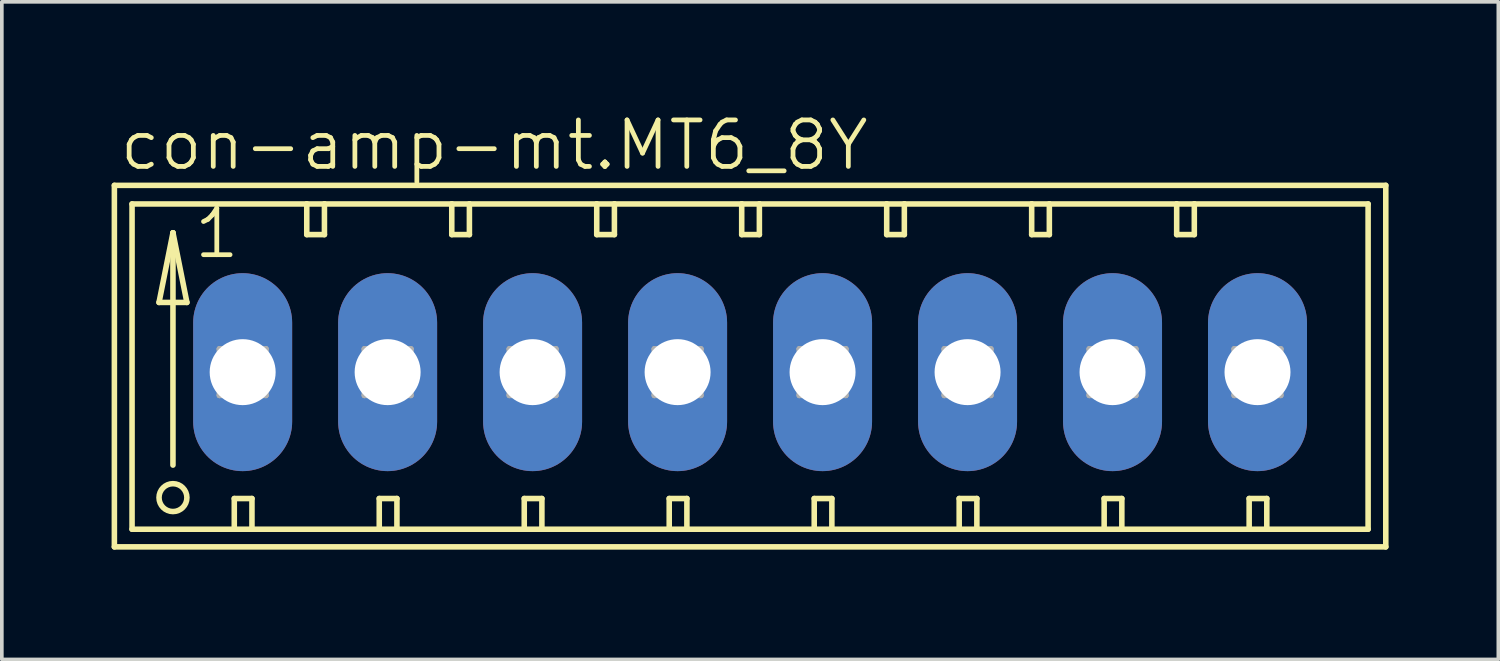
<source format=kicad_pcb>
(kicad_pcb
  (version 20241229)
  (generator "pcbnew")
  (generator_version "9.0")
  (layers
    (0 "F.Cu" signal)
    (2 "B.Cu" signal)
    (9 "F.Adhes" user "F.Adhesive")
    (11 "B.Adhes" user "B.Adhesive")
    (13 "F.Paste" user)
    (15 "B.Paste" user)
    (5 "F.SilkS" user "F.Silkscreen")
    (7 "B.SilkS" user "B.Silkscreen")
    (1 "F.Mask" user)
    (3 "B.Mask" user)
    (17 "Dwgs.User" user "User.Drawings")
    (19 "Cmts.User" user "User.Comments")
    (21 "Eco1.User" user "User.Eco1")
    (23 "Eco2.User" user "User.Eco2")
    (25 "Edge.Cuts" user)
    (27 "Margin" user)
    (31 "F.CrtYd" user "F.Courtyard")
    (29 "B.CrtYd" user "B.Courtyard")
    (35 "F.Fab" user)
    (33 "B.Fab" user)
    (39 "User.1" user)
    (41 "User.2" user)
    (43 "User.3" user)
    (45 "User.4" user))
  (footprint "con-amp-mt.MT6_8Y"
    (layer "F.Cu")
    (at 17.45 7.121)
    (property "Reference" "con-amp-mt.MT6_8Y" (at -17.297 -5.461 0) (layer "F.SilkS") (effects (font (size 1.27 1.27) (thickness 0.13)) (justify left bottom)))
    (attr through_hole)
    (fp_line (start -17.374 -5.105) (end -17.374 4.775) (stroke (width 0.152) (type default)) (layer "F.SilkS"))
    (fp_line (start -17.374 4.775) (end 17.374 4.775) (stroke (width 0.152) (type default)) (layer "F.SilkS"))
    (fp_line (start -16.891 -4.597) (end -16.891 4.293) (stroke (width 0.152) (type default)) (layer "F.SilkS"))
    (fp_line (start -16.891 4.293) (end -14.097 4.293) (stroke (width 0.152) (type default)) (layer "F.SilkS"))
    (fp_line (start -16.154 -1.905) (end -15.392 -1.905) (stroke (width 0.152) (type default)) (layer "F.SilkS"))
    (fp_line (start -15.773 -3.81) (end -16.154 -1.905) (stroke (width 0.152) (type default)) (layer "F.SilkS"))
    (fp_line (start -15.773 -3.81) (end -15.392 -1.905) (stroke (width 0.152) (type default)) (layer "F.SilkS"))
    (fp_line (start -15.773 2.54) (end -15.773 -3.81) (stroke (width 0.152) (type default)) (layer "F.SilkS"))
    (fp_line (start -14.097 3.454) (end -14.097 4.293) (stroke (width 0.152) (type default)) (layer "F.SilkS"))
    (fp_line (start -14.097 3.454) (end -13.614 3.454) (stroke (width 0.152) (type default)) (layer "F.SilkS"))
    (fp_line (start -14.097 4.293) (end -13.614 4.293) (stroke (width 0.152) (type default)) (layer "F.SilkS"))
    (fp_line (start -13.614 3.454) (end -13.614 4.293) (stroke (width 0.152) (type default)) (layer "F.SilkS"))
    (fp_line (start -13.614 4.293) (end -10.135 4.293) (stroke (width 0.152) (type default)) (layer "F.SilkS"))
    (fp_line (start -12.116 -4.597) (end -16.891 -4.597) (stroke (width 0.152) (type default)) (layer "F.SilkS"))
    (fp_line (start -12.116 -4.597) (end -12.116 -3.759) (stroke (width 0.152) (type default)) (layer "F.SilkS"))
    (fp_line (start -12.116 -3.759) (end -11.633 -3.759) (stroke (width 0.152) (type default)) (layer "F.SilkS"))
    (fp_line (start -11.633 -4.597) (end -12.116 -4.597) (stroke (width 0.152) (type default)) (layer "F.SilkS"))
    (fp_line (start -11.633 -3.759) (end -11.633 -4.597) (stroke (width 0.152) (type default)) (layer "F.SilkS"))
    (fp_line (start -10.135 3.454) (end -10.135 4.293) (stroke (width 0.152) (type default)) (layer "F.SilkS"))
    (fp_line (start -10.135 3.454) (end -9.652 3.454) (stroke (width 0.152) (type default)) (layer "F.SilkS"))
    (fp_line (start -10.135 4.293) (end -9.652 4.293) (stroke (width 0.152) (type default)) (layer "F.SilkS"))
    (fp_line (start -9.652 3.454) (end -9.652 4.293) (stroke (width 0.152) (type default)) (layer "F.SilkS"))
    (fp_line (start -9.652 4.293) (end -6.172 4.293) (stroke (width 0.152) (type default)) (layer "F.SilkS"))
    (fp_line (start -8.153 -4.597) (end -11.633 -4.597) (stroke (width 0.152) (type default)) (layer "F.SilkS"))
    (fp_line (start -8.153 -3.759) (end -8.153 -4.597) (stroke (width 0.152) (type default)) (layer "F.SilkS"))
    (fp_line (start -8.153 -3.759) (end -7.671 -3.759) (stroke (width 0.152) (type default)) (layer "F.SilkS"))
    (fp_line (start -7.671 -4.597) (end -8.153 -4.597) (stroke (width 0.152) (type default)) (layer "F.SilkS"))
    (fp_line (start -7.671 -3.759) (end -7.671 -4.597) (stroke (width 0.152) (type default)) (layer "F.SilkS"))
    (fp_line (start -6.172 3.454) (end -6.172 4.293) (stroke (width 0.152) (type default)) (layer "F.SilkS"))
    (fp_line (start -6.172 3.454) (end -5.69 3.454) (stroke (width 0.152) (type default)) (layer "F.SilkS"))
    (fp_line (start -6.172 4.293) (end -5.69 4.293) (stroke (width 0.152) (type default)) (layer "F.SilkS"))
    (fp_line (start -5.69 3.454) (end -5.69 4.293) (stroke (width 0.152) (type default)) (layer "F.SilkS"))
    (fp_line (start -5.69 4.293) (end -2.21 4.293) (stroke (width 0.152) (type default)) (layer "F.SilkS"))
    (fp_line (start -4.191 -4.597) (end -7.671 -4.597) (stroke (width 0.152) (type default)) (layer "F.SilkS"))
    (fp_line (start -4.191 -3.759) (end -4.191 -4.597) (stroke (width 0.152) (type default)) (layer "F.SilkS"))
    (fp_line (start -4.191 -3.759) (end -3.708 -3.759) (stroke (width 0.152) (type default)) (layer "F.SilkS"))
    (fp_line (start -3.708 -4.597) (end -4.191 -4.597) (stroke (width 0.152) (type default)) (layer "F.SilkS"))
    (fp_line (start -3.708 -3.759) (end -3.708 -4.597) (stroke (width 0.152) (type default)) (layer "F.SilkS"))
    (fp_line (start -2.21 3.454) (end -2.21 4.293) (stroke (width 0.152) (type default)) (layer "F.SilkS"))
    (fp_line (start -2.21 3.454) (end -1.727 3.454) (stroke (width 0.152) (type default)) (layer "F.SilkS"))
    (fp_line (start -2.21 4.293) (end -1.727 4.293) (stroke (width 0.152) (type default)) (layer "F.SilkS"))
    (fp_line (start -1.727 3.454) (end -1.727 4.293) (stroke (width 0.152) (type default)) (layer "F.SilkS"))
    (fp_line (start -1.727 4.293) (end 1.753 4.293) (stroke (width 0.152) (type default)) (layer "F.SilkS"))
    (fp_line (start -0.229 -4.597) (end -3.708 -4.597) (stroke (width 0.152) (type default)) (layer "F.SilkS"))
    (fp_line (start -0.229 -3.759) (end -0.229 -4.597) (stroke (width 0.152) (type default)) (layer "F.SilkS"))
    (fp_line (start -0.229 -3.759) (end 0.254 -3.759) (stroke (width 0.152) (type default)) (layer "F.SilkS"))
    (fp_line (start 0.254 -4.597) (end -0.229 -4.597) (stroke (width 0.152) (type default)) (layer "F.SilkS"))
    (fp_line (start 0.254 -3.759) (end 0.254 -4.597) (stroke (width 0.152) (type default)) (layer "F.SilkS"))
    (fp_line (start 1.753 3.454) (end 1.753 4.293) (stroke (width 0.152) (type default)) (layer "F.SilkS"))
    (fp_line (start 1.753 3.454) (end 2.235 3.454) (stroke (width 0.152) (type default)) (layer "F.SilkS"))
    (fp_line (start 1.753 4.293) (end 2.235 4.293) (stroke (width 0.152) (type default)) (layer "F.SilkS"))
    (fp_line (start 2.235 3.454) (end 2.235 4.293) (stroke (width 0.152) (type default)) (layer "F.SilkS"))
    (fp_line (start 2.235 4.293) (end 5.715 4.293) (stroke (width 0.152) (type default)) (layer "F.SilkS"))
    (fp_line (start 3.734 -4.597) (end 0.254 -4.597) (stroke (width 0.152) (type default)) (layer "F.SilkS"))
    (fp_line (start 3.734 -3.759) (end 3.734 -4.597) (stroke (width 0.152) (type default)) (layer "F.SilkS"))
    (fp_line (start 3.734 -3.759) (end 4.216 -3.759) (stroke (width 0.152) (type default)) (layer "F.SilkS"))
    (fp_line (start 4.216 -4.597) (end 3.734 -4.597) (stroke (width 0.152) (type default)) (layer "F.SilkS"))
    (fp_line (start 4.216 -3.759) (end 4.216 -4.597) (stroke (width 0.152) (type default)) (layer "F.SilkS"))
    (fp_line (start 5.715 3.454) (end 5.715 4.293) (stroke (width 0.152) (type default)) (layer "F.SilkS"))
    (fp_line (start 5.715 3.454) (end 6.198 3.454) (stroke (width 0.152) (type default)) (layer "F.SilkS"))
    (fp_line (start 5.715 4.293) (end 6.198 4.293) (stroke (width 0.152) (type default)) (layer "F.SilkS"))
    (fp_line (start 6.198 3.454) (end 6.198 4.293) (stroke (width 0.152) (type default)) (layer "F.SilkS"))
    (fp_line (start 6.198 4.293) (end 9.677 4.293) (stroke (width 0.152) (type default)) (layer "F.SilkS"))
    (fp_line (start 7.696 -4.597) (end 4.216 -4.597) (stroke (width 0.152) (type default)) (layer "F.SilkS"))
    (fp_line (start 7.696 -3.759) (end 7.696 -4.597) (stroke (width 0.152) (type default)) (layer "F.SilkS"))
    (fp_line (start 7.696 -3.759) (end 8.179 -3.759) (stroke (width 0.152) (type default)) (layer "F.SilkS"))
    (fp_line (start 8.179 -4.597) (end 7.696 -4.597) (stroke (width 0.152) (type default)) (layer "F.SilkS"))
    (fp_line (start 8.179 -3.759) (end 8.179 -4.597) (stroke (width 0.152) (type default)) (layer "F.SilkS"))
    (fp_line (start 9.677 3.454) (end 9.677 4.293) (stroke (width 0.152) (type default)) (layer "F.SilkS"))
    (fp_line (start 9.677 3.454) (end 10.16 3.454) (stroke (width 0.152) (type default)) (layer "F.SilkS"))
    (fp_line (start 9.677 4.293) (end 10.16 4.293) (stroke (width 0.152) (type default)) (layer "F.SilkS"))
    (fp_line (start 10.16 3.454) (end 10.16 4.293) (stroke (width 0.152) (type default)) (layer "F.SilkS"))
    (fp_line (start 10.16 4.293) (end 13.64 4.293) (stroke (width 0.152) (type default)) (layer "F.SilkS"))
    (fp_line (start 11.659 -4.597) (end 8.179 -4.597) (stroke (width 0.152) (type default)) (layer "F.SilkS"))
    (fp_line (start 11.659 -3.759) (end 11.659 -4.597) (stroke (width 0.152) (type default)) (layer "F.SilkS"))
    (fp_line (start 11.659 -3.759) (end 12.141 -3.759) (stroke (width 0.152) (type default)) (layer "F.SilkS"))
    (fp_line (start 12.141 -4.597) (end 11.659 -4.597) (stroke (width 0.152) (type default)) (layer "F.SilkS"))
    (fp_line (start 12.141 -3.759) (end 12.141 -4.597) (stroke (width 0.152) (type default)) (layer "F.SilkS"))
    (fp_line (start 13.64 3.454) (end 13.64 4.293) (stroke (width 0.152) (type default)) (layer "F.SilkS"))
    (fp_line (start 13.64 3.454) (end 14.122 3.454) (stroke (width 0.152) (type default)) (layer "F.SilkS"))
    (fp_line (start 13.64 4.293) (end 14.122 4.293) (stroke (width 0.152) (type default)) (layer "F.SilkS"))
    (fp_line (start 14.122 3.454) (end 14.122 4.293) (stroke (width 0.152) (type default)) (layer "F.SilkS"))
    (fp_line (start 14.122 4.293) (end 16.891 4.293) (stroke (width 0.152) (type default)) (layer "F.SilkS"))
    (fp_line (start 16.891 -4.597) (end 12.141 -4.597) (stroke (width 0.152) (type default)) (layer "F.SilkS"))
    (fp_line (start 16.891 4.293) (end 16.891 -4.597) (stroke (width 0.152) (type default)) (layer "F.SilkS"))
    (fp_line (start 17.374 -5.105) (end -17.374 -5.105) (stroke (width 0.152) (type default)) (layer "F.SilkS"))
    (fp_line (start 17.374 4.775) (end 17.374 -5.105) (stroke (width 0.152) (type default)) (layer "F.SilkS"))
    (fp_circle (center -15.773 3.429) (end -15.392 3.429) (stroke (width 0.152) (type default)) (fill no) (layer "F.SilkS"))
    (fp_line (start -14.503 -0.635) (end -14.503 0.635) (stroke (width 0.152) (type default)) (layer "F.Fab"))
    (fp_line (start -14.503 -0.635) (end -13.233 0.635) (stroke (width 0.152) (type default)) (layer "F.Fab"))
    (fp_line (start -14.503 0.635) (end -13.233 0.635) (stroke (width 0.152) (type default)) (layer "F.Fab"))
    (fp_line (start -13.233 -0.635) (end -14.503 -0.635) (stroke (width 0.152) (type default)) (layer "F.Fab"))
    (fp_line (start -13.233 -0.635) (end -14.503 0.635) (stroke (width 0.152) (type default)) (layer "F.Fab"))
    (fp_line (start -13.233 0.635) (end -13.233 -0.635) (stroke (width 0.152) (type default)) (layer "F.Fab"))
    (fp_line (start -10.541 -0.635) (end -10.541 0.635) (stroke (width 0.152) (type default)) (layer "F.Fab"))
    (fp_line (start -10.541 -0.635) (end -9.271 0.635) (stroke (width 0.152) (type default)) (layer "F.Fab"))
    (fp_line (start -10.541 0.635) (end -9.271 0.635) (stroke (width 0.152) (type default)) (layer "F.Fab"))
    (fp_line (start -9.271 -0.635) (end -10.541 -0.635) (stroke (width 0.152) (type default)) (layer "F.Fab"))
    (fp_line (start -9.271 -0.635) (end -10.541 0.635) (stroke (width 0.152) (type default)) (layer "F.Fab"))
    (fp_line (start -9.271 0.635) (end -9.271 -0.635) (stroke (width 0.152) (type default)) (layer "F.Fab"))
    (fp_line (start -6.579 -0.635) (end -6.579 0.635) (stroke (width 0.152) (type default)) (layer "F.Fab"))
    (fp_line (start -6.579 -0.635) (end -5.309 0.635) (stroke (width 0.152) (type default)) (layer "F.Fab"))
    (fp_line (start -6.579 0.635) (end -5.309 0.635) (stroke (width 0.152) (type default)) (layer "F.Fab"))
    (fp_line (start -5.309 -0.635) (end -6.579 -0.635) (stroke (width 0.152) (type default)) (layer "F.Fab"))
    (fp_line (start -5.309 -0.635) (end -6.579 0.635) (stroke (width 0.152) (type default)) (layer "F.Fab"))
    (fp_line (start -5.309 0.635) (end -5.309 -0.635) (stroke (width 0.152) (type default)) (layer "F.Fab"))
    (fp_line (start -2.616 -0.635) (end -2.616 0.635) (stroke (width 0.152) (type default)) (layer "F.Fab"))
    (fp_line (start -2.616 -0.635) (end -1.346 0.635) (stroke (width 0.152) (type default)) (layer "F.Fab"))
    (fp_line (start -2.616 0.635) (end -1.346 0.635) (stroke (width 0.152) (type default)) (layer "F.Fab"))
    (fp_line (start -1.346 -0.635) (end -2.616 -0.635) (stroke (width 0.152) (type default)) (layer "F.Fab"))
    (fp_line (start -1.346 -0.635) (end -2.616 0.635) (stroke (width 0.152) (type default)) (layer "F.Fab"))
    (fp_line (start -1.346 0.635) (end -1.346 -0.635) (stroke (width 0.152) (type default)) (layer "F.Fab"))
    (fp_line (start 1.346 -0.635) (end 1.346 0.635) (stroke (width 0.152) (type default)) (layer "F.Fab"))
    (fp_line (start 1.346 -0.635) (end 2.616 0.635) (stroke (width 0.152) (type default)) (layer "F.Fab"))
    (fp_line (start 1.346 0.635) (end 2.616 0.635) (stroke (width 0.152) (type default)) (layer "F.Fab"))
    (fp_line (start 2.616 -0.635) (end 1.346 -0.635) (stroke (width 0.152) (type default)) (layer "F.Fab"))
    (fp_line (start 2.616 -0.635) (end 1.346 0.635) (stroke (width 0.152) (type default)) (layer "F.Fab"))
    (fp_line (start 2.616 0.635) (end 2.616 -0.635) (stroke (width 0.152) (type default)) (layer "F.Fab"))
    (fp_line (start 5.309 -0.635) (end 5.309 0.635) (stroke (width 0.152) (type default)) (layer "F.Fab"))
    (fp_line (start 5.309 -0.635) (end 6.579 0.635) (stroke (width 0.152) (type default)) (layer "F.Fab"))
    (fp_line (start 5.309 0.635) (end 6.579 0.635) (stroke (width 0.152) (type default)) (layer "F.Fab"))
    (fp_line (start 6.579 -0.635) (end 5.309 -0.635) (stroke (width 0.152) (type default)) (layer "F.Fab"))
    (fp_line (start 6.579 -0.635) (end 5.309 0.635) (stroke (width 0.152) (type default)) (layer "F.Fab"))
    (fp_line (start 6.579 0.635) (end 6.579 -0.635) (stroke (width 0.152) (type default)) (layer "F.Fab"))
    (fp_line (start 9.271 -0.635) (end 9.271 0.635) (stroke (width 0.152) (type default)) (layer "F.Fab"))
    (fp_line (start 9.271 -0.635) (end 10.541 0.635) (stroke (width 0.152) (type default)) (layer "F.Fab"))
    (fp_line (start 9.271 0.635) (end 10.541 0.635) (stroke (width 0.152) (type default)) (layer "F.Fab"))
    (fp_line (start 10.541 -0.635) (end 9.271 -0.635) (stroke (width 0.152) (type default)) (layer "F.Fab"))
    (fp_line (start 10.541 -0.635) (end 9.271 0.635) (stroke (width 0.152) (type default)) (layer "F.Fab"))
    (fp_line (start 10.541 0.635) (end 10.541 -0.635) (stroke (width 0.152) (type default)) (layer "F.Fab"))
    (fp_line (start 13.233 -0.635) (end 13.233 0.635) (stroke (width 0.152) (type default)) (layer "F.Fab"))
    (fp_line (start 13.233 -0.635) (end 14.503 0.635) (stroke (width 0.152) (type default)) (layer "F.Fab"))
    (fp_line (start 13.233 0.635) (end 14.503 0.635) (stroke (width 0.152) (type default)) (layer "F.Fab"))
    (fp_line (start 14.503 -0.635) (end 13.233 -0.635) (stroke (width 0.152) (type default)) (layer "F.Fab"))
    (fp_line (start 14.503 -0.635) (end 13.233 0.635) (stroke (width 0.152) (type default)) (layer "F.Fab"))
    (fp_line (start 14.503 0.635) (end 14.503 -0.635) (stroke (width 0.152) (type default)) (layer "F.Fab"))
    (fp_text user "1" (at -15.265 -3.048 0) (layer "F.SilkS") (effects (font (size 1.27 1.27) (thickness 0.13)) (justify left bottom)))
    (pad "1" thru_hole oval (at -13.868 0 90) (size 5.41 2.705) (drill 1.803) (layers "*.Cu" "*.Mask"))
    (pad "2" thru_hole oval (at -9.906 0 90) (size 5.41 2.705) (drill 1.803) (layers "*.Cu" "*.Mask"))
    (pad "3" thru_hole oval (at -5.944 0 90) (size 5.41 2.705) (drill 1.803) (layers "*.Cu" "*.Mask"))
    (pad "4" thru_hole oval (at -1.981 0 90) (size 5.41 2.705) (drill 1.803) (layers "*.Cu" "*.Mask"))
    (pad "5" thru_hole oval (at 1.981 0 90) (size 5.41 2.705) (drill 1.803) (layers "*.Cu" "*.Mask"))
    (pad "6" thru_hole oval (at 5.944 0 90) (size 5.41 2.705) (drill 1.803) (layers "*.Cu" "*.Mask"))
    (pad "7" thru_hole oval (at 9.906 0 90) (size 5.41 2.705) (drill 1.803) (layers "*.Cu" "*.Mask"))
    (pad "8" thru_hole oval (at 13.868 0 90) (size 5.41 2.705) (drill 1.803) (layers "*.Cu" "*.Mask")))
  (gr_rect
    (start -3 -3)
    (end 37.9 14.972)
    (stroke (width 0.1) (type default))
    (fill no)
    (layer "Edge.Cuts")))
</source>
